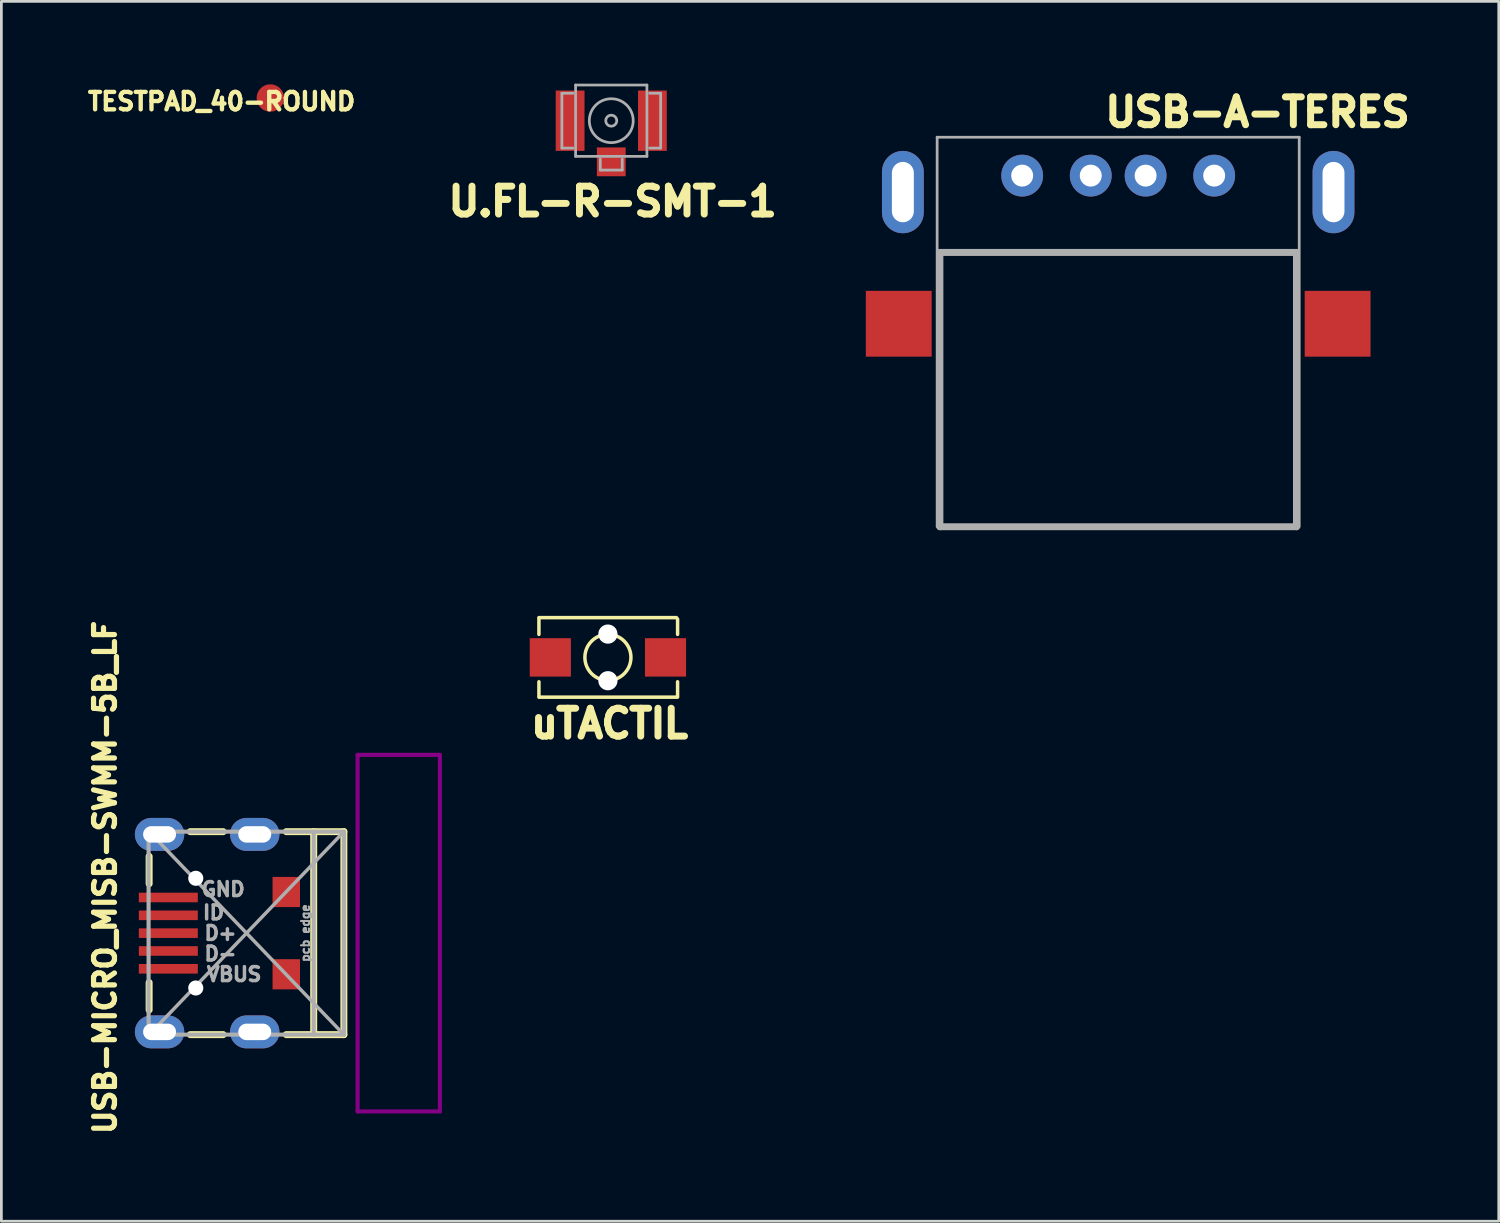
<source format=kicad_pcb>
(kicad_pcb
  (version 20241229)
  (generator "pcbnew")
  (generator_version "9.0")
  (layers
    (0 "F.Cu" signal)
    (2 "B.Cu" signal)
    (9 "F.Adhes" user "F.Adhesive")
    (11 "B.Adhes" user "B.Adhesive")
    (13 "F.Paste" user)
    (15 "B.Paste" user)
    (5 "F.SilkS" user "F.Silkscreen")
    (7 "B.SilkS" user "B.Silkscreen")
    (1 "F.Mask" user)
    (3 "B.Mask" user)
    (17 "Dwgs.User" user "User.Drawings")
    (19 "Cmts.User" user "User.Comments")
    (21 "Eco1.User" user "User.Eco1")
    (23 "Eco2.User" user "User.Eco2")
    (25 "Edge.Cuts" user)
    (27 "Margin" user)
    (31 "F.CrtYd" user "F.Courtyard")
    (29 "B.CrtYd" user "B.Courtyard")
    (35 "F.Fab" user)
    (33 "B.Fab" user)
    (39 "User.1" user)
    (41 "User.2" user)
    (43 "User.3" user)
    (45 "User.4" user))
  (footprint "TESTPAD_40-ROUND"
    (layer "F.Cu")
    (at 6.806 0.523)
    (property "Reference" "TESTPAD_40-ROUND" (at -1.778 0.127 180) (layer "F.SilkS") (effects (font (size 0.635 0.635) (thickness 0.159))))
    (attr exclude_from_pos_files exclude_from_bom)
    (pad "1" smd circle (at 0 0) (size 1 1) (layers "F.Cu" "F.Mask")))
  (footprint "USB-MICRO_MISB-SWMM-5B_LF"
    (layer "F.Cu")
    (at 5.987 30.97)
    (property "Reference" "USB-MICRO_MISB-SWMM-5B_LF" (at -5.207 -2.032 90) (layer "F.SilkS") (effects (font (size 0.762 0.762) (thickness 0.191))))
    (attr smd)
    (fp_line (start -3.6 -2.8) (end -3.6 -1.8) (stroke (width 0.254) (type solid)) (layer "F.SilkS"))
    (fp_line (start -3.6 1.8) (end -3.6 2.8) (stroke (width 0.254) (type solid)) (layer "F.SilkS"))
    (fp_line (start -2.1 -3.7) (end -0.9 -3.7) (stroke (width 0.254) (type solid)) (layer "F.SilkS"))
    (fp_line (start -2.1 3.7) (end -0.9 3.7) (stroke (width 0.254) (type solid)) (layer "F.SilkS"))
    (fp_line (start 1.4 -3.7) (end 3.5 -3.7) (stroke (width 0.254) (type solid)) (layer "F.SilkS"))
    (fp_line (start 2.4 -3.7) (end 2.4 3.7) (stroke (width 0.254) (type solid)) (layer "F.SilkS"))
    (fp_line (start 3.5 -3.7) (end 3.5 3.7) (stroke (width 0.254) (type solid)) (layer "F.SilkS"))
    (fp_line (start 3.5 3.7) (end 1.4 3.7) (stroke (width 0.254) (type solid)) (layer "F.SilkS"))
    (fp_line (start 4 -6.5) (end 7 -6.5) (stroke (width 0.15) (type solid)) (layer "F.Adhes"))
    (fp_line (start 4 6.5) (end 4 -6.5) (stroke (width 0.15) (type solid)) (layer "F.Adhes"))
    (fp_line (start 7 -6.5) (end 7 6.5) (stroke (width 0.15) (type solid)) (layer "F.Adhes"))
    (fp_line (start 7 6.5) (end 4 6.5) (stroke (width 0.15) (type solid)) (layer "F.Adhes"))
    (fp_line (start -3.62 -3.7) (end 3.5 -3.7) (stroke (width 0.15) (type solid)) (layer "F.Fab"))
    (fp_line (start -3.62 3.7) (end -3.62 -3.7) (stroke (width 0.15) (type solid)) (layer "F.Fab"))
    (fp_line (start 2.4 3.7) (end 2.4 -3.7) (stroke (width 0.15) (type solid)) (layer "F.Fab"))
    (fp_line (start 3.5 -3.7) (end -3.6 3.7) (stroke (width 0.127) (type solid)) (layer "F.Fab"))
    (fp_line (start 3.5 -3.7) (end 3.5 3.7) (stroke (width 0.15) (type solid)) (layer "F.Fab"))
    (fp_line (start 3.5 3.7) (end -3.62 3.7) (stroke (width 0.15) (type solid)) (layer "F.Fab"))
    (fp_line (start 3.5 3.7) (end -3.6 -3.7) (stroke (width 0.127) (type solid)) (layer "F.Fab"))
    (fp_text user "VBUS" (at -0.5 1.5 0) (layer "F.Fab") (effects (font (size 0.508 0.508) (thickness 0.127))))
    (fp_text user "D-" (at -1 0.75 0) (layer "F.Fab") (effects (font (size 0.508 0.508) (thickness 0.127))))
    (fp_text user "D+" (at -1 0 0) (layer "F.Fab") (effects (font (size 0.508 0.508) (thickness 0.127))))
    (fp_text user "GND" (at -0.9 -1.6 0) (layer "F.Fab") (effects (font (size 0.508 0.508) (thickness 0.127))))
    (fp_text user "pcb edge" (at 2.1 0 90) (layer "F.Fab") (effects (font (size 0.3 0.3) (thickness 0.075))))
    (fp_text user "ID" (at -1.25 -0.75 0) (layer "F.Fab") (effects (font (size 0.508 0.508) (thickness 0.127))))
    (pad "" np_thru_hole circle (at -1.9 -2 90) (size 0.55 0.55) (drill 0.55) (layers "*.Cu" "*.Mask"))
    (pad "" np_thru_hole circle (at -1.9 2 90) (size 0.55 0.55) (drill 0.55) (layers "*.Cu" "*.Mask"))
    (pad "0" thru_hole oval (at -3.22 -3.6 90) (size 1.2 1.8) (drill oval 0.6 1.2) (layers "*.Cu" "*.Mask"))
    (pad "0" thru_hole oval (at -3.22 3.6 90) (size 1.2 1.8) (drill oval 0.6 1.2) (layers "*.Cu" "*.Mask"))
    (pad "0" thru_hole oval (at 0.25 -3.6 90) (size 1.2 1.8) (drill oval 0.6 1.2) (layers "*.Cu" "*.Mask"))
    (pad "0" thru_hole oval (at 0.25 3.6 90) (size 1.2 1.8) (drill oval 0.6 1.2) (layers "*.Cu" "*.Mask"))
    (pad "0" smd rect (at 1.4 -1.5 90) (size 1.1 1) (layers "F.Cu" "F.Mask" "F.Paste"))
    (pad "0" smd rect (at 1.4 1.5 90) (size 1.1 1) (layers "F.Cu" "F.Mask" "F.Paste"))
    (pad "1" smd rect (at -2.9 1.3 90) (size 0.35 2.15) (layers "F.Cu" "F.Mask" "F.Paste"))
    (pad "2" smd rect (at -2.9 0.65 90) (size 0.35 2.15) (layers "F.Cu" "F.Mask" "F.Paste"))
    (pad "3" smd rect (at -2.9 0 90) (size 0.35 2.15) (layers "F.Cu" "F.Mask" "F.Paste"))
    (pad "4" smd rect (at -2.9 -0.65 90) (size 0.35 2.15) (layers "F.Cu" "F.Mask" "F.Paste"))
    (pad "5" smd rect (at -2.9 -1.3 90) (size 0.35 2.15) (layers "F.Cu" "F.Mask" "F.Paste")))
  (footprint "uTACTIL"
    (layer "F.Cu")
    (at 19.113 20.917)
    (property "Reference" "uTACTIL" (at 0.059 2.413 0) (layer "F.SilkS") (effects (font (size 1.016 1.016) (thickness 0.254))))
    (attr smd)
    (fp_line (start -2.515 -1.448) (end -2.515 -0.838) (stroke (width 0.127) (type solid)) (layer "F.SilkS"))
    (fp_line (start -2.515 0.889) (end -2.515 1.448) (stroke (width 0.127) (type solid)) (layer "F.SilkS"))
    (fp_line (start -2.5 -1.45) (end 2.5 -1.45) (stroke (width 0.127) (type solid)) (layer "F.SilkS"))
    (fp_line (start -2.5 1.45) (end 2.5 1.45) (stroke (width 0.127) (type solid)) (layer "F.SilkS"))
    (fp_line (start 2.54 -1.397) (end 2.54 -0.838) (stroke (width 0.127) (type solid)) (layer "F.SilkS"))
    (fp_line (start 2.54 0.889) (end 2.54 1.448) (stroke (width 0.127) (type solid)) (layer "F.SilkS"))
    (fp_circle (center 0 0) (end 0.838 0.051) (stroke (width 0.127) (type solid)) (fill no) (layer "F.SilkS"))
    (pad "" np_thru_hole circle (at 0 -0.85) (size 0.7 0.7) (drill 0.7) (layers "*.Cu" "*.Mask"))
    (pad "" np_thru_hole circle (at 0 0.85) (size 0.7 0.7) (drill 0.7) (layers "*.Cu" "*.Mask"))
    (pad "1" smd rect (at -2.1 0) (size 1.5 1.4) (layers "F.Cu" "F.Mask" "F.Paste"))
    (pad "2" smd rect (at 2.1 0) (size 1.5 1.4) (layers "F.Cu" "F.Mask" "F.Paste")))
  (footprint "USB-A-TERES"
    (layer "F.Cu")
    (at 37.716 16.153)
    (property "Reference" "USB-A-TERES" (at 5.08 -15.113 0) (layer "F.SilkS") (effects (font (size 1.016 1.016) (thickness 0.254))))
    (attr through_hole)
    (fp_line (start -6.6 -14.2) (end 6.6 -14.2) (stroke (width 0.1) (type solid)) (layer "F.Fab"))
    (fp_line (start -6.6 0) (end -6.6 -14.2) (stroke (width 0.1) (type solid)) (layer "F.Fab"))
    (fp_line (start -6.5 -10) (end 6.5 -10) (stroke (width 0.254) (type solid)) (layer "F.Fab"))
    (fp_line (start -6.5 0) (end -6.5 -10) (stroke (width 0.254) (type solid)) (layer "F.Fab"))
    (fp_line (start 6.5 -10) (end 6.5 0) (stroke (width 0.254) (type solid)) (layer "F.Fab"))
    (fp_line (start 6.5 0) (end -6.5 0) (stroke (width 0.254) (type solid)) (layer "F.Fab"))
    (fp_line (start 6.6 -14.2) (end 6.6 0) (stroke (width 0.1) (type solid)) (layer "F.Fab"))
    (pad "0" smd rect (at -8 -7.4) (size 2.4 2.4) (layers "F.Cu" "F.Mask" "F.Paste"))
    (pad "0" thru_hole oval (at -7.85 -12.2) (size 1.524 3) (drill oval 0.8 2.2) (layers "*.Cu" "*.Mask" "F.Paste"))
    (pad "0" thru_hole oval (at 7.85 -12.2) (size 1.524 3) (drill oval 0.8 2.2) (layers "*.Cu" "*.Mask" "F.Paste"))
    (pad "0" smd rect (at 8 -7.4) (size 2.4 2.4) (layers "F.Cu" "F.Mask" "F.Paste"))
    (pad "1" thru_hole circle (at -3.5 -12.8) (size 1.524 1.524) (drill 0.8) (layers "*.Cu" "*.Mask" "F.Paste"))
    (pad "2" thru_hole circle (at -1 -12.8) (size 1.524 1.524) (drill 0.8) (layers "*.Cu" "*.Mask" "F.Paste"))
    (pad "3" thru_hole circle (at 1 -12.8) (size 1.524 1.524) (drill 0.8) (layers "*.Cu" "*.Mask" "F.Paste"))
    (pad "4" thru_hole circle (at 3.5 -12.8) (size 1.524 1.524) (drill 0.8) (layers "*.Cu" "*.Mask" "F.Paste")))
  (footprint "U.FL-R-SMT-1"
    (layer "F.Cu")
    (at 19.235 1.35)
    (property "Reference" "U.FL-R-SMT-1" (at 0.051 2.946 0) (layer "F.SilkS") (effects (font (size 1.016 1.016) (thickness 0.254))))
    (attr through_hole)
    (fp_line (start -1.8 -1) (end -1.4 -1) (stroke (width 0.1) (type solid)) (layer "F.Fab"))
    (fp_line (start -1.8 1) (end -1.8 -1) (stroke (width 0.1) (type solid)) (layer "F.Fab"))
    (fp_line (start -1.4 1) (end -1.8 1) (stroke (width 0.1) (type solid)) (layer "F.Fab"))
    (fp_line (start -1.3 -1.3) (end 1.3 -1.3) (stroke (width 0.1) (type solid)) (layer "F.Fab"))
    (fp_line (start -1.3 1.3) (end -1.3 -1.3) (stroke (width 0.1) (type solid)) (layer "F.Fab"))
    (fp_line (start -0.4 1.4) (end -0.4 1.8) (stroke (width 0.1) (type solid)) (layer "F.Fab"))
    (fp_line (start -0.4 1.8) (end 0.4 1.8) (stroke (width 0.1) (type solid)) (layer "F.Fab"))
    (fp_line (start 0.4 1.8) (end 0.4 1.4) (stroke (width 0.1) (type solid)) (layer "F.Fab"))
    (fp_line (start 1.3 -1.3) (end 1.3 1.3) (stroke (width 0.1) (type solid)) (layer "F.Fab"))
    (fp_line (start 1.3 1.3) (end -1.3 1.3) (stroke (width 0.1) (type solid)) (layer "F.Fab"))
    (fp_line (start 1.4 -1) (end 1.8 -1) (stroke (width 0.1) (type solid)) (layer "F.Fab"))
    (fp_line (start 1.8 -1) (end 1.8 1) (stroke (width 0.1) (type solid)) (layer "F.Fab"))
    (fp_line (start 1.8 1) (end 1.4 1) (stroke (width 0.1) (type solid)) (layer "F.Fab"))
    (fp_circle (center 0 0) (end 0.2 0) (stroke (width 0.1) (type solid)) (fill no) (layer "F.Fab"))
    (fp_circle (center 0 0) (end 0.8 0) (stroke (width 0.1) (type solid)) (fill no) (layer "F.Fab"))
    (pad "1" smd rect (at 0 1.5) (size 1.05 1.05) (layers "F.Cu" "F.Mask" "F.Paste"))
    (pad "2" smd rect (at -1.5 0) (size 1.05 2.2) (layers "F.Cu" "F.Mask" "F.Paste"))
    (pad "2" smd rect (at 1.5 0) (size 1.05 2.2) (layers "F.Cu" "F.Mask" "F.Paste")))
  (gr_rect
    (start -3 -3)
    (end 51.591 41.473)
    (stroke (width 0.1) (type default))
    (fill no)
    (layer "Edge.Cuts")))
</source>
